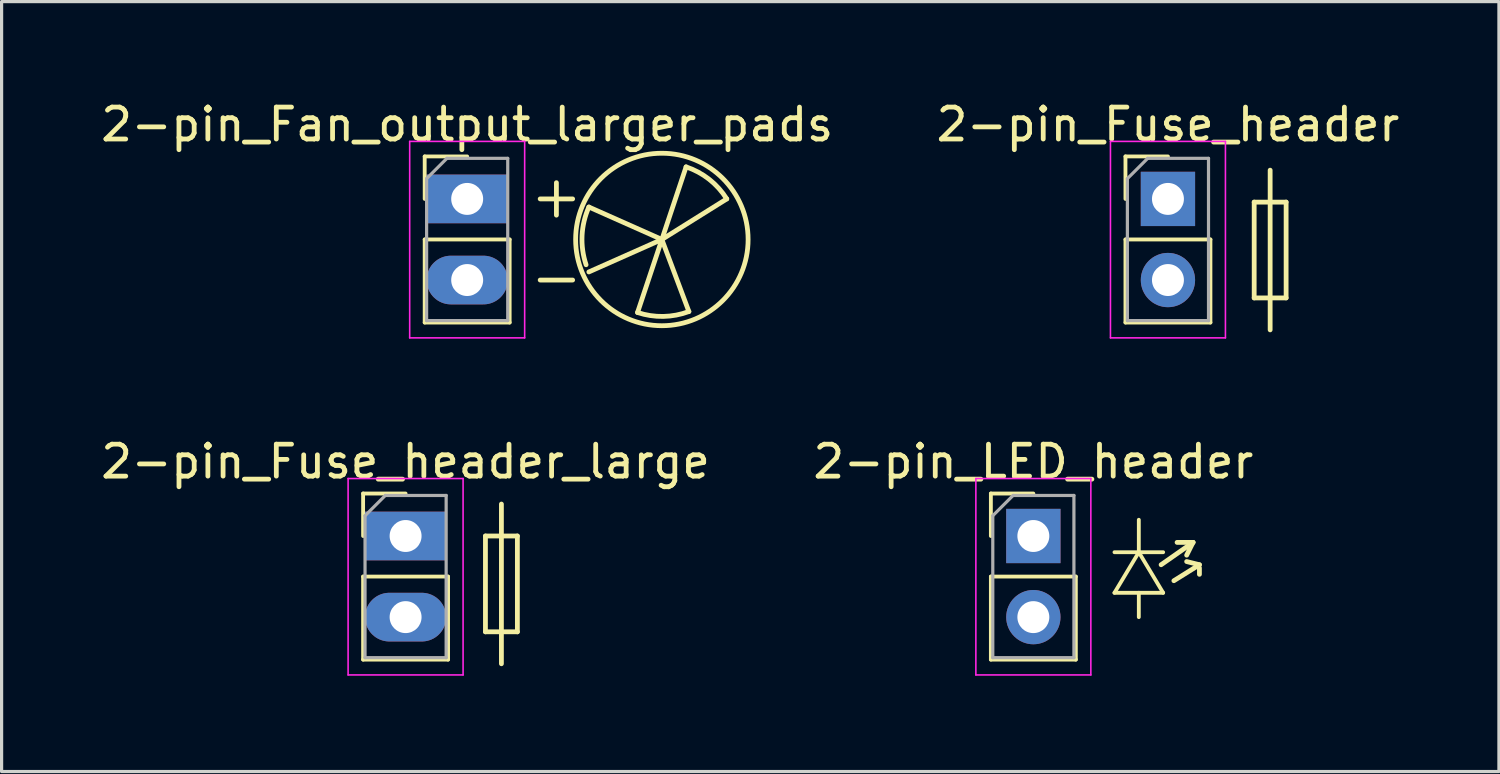
<source format=kicad_pcb>
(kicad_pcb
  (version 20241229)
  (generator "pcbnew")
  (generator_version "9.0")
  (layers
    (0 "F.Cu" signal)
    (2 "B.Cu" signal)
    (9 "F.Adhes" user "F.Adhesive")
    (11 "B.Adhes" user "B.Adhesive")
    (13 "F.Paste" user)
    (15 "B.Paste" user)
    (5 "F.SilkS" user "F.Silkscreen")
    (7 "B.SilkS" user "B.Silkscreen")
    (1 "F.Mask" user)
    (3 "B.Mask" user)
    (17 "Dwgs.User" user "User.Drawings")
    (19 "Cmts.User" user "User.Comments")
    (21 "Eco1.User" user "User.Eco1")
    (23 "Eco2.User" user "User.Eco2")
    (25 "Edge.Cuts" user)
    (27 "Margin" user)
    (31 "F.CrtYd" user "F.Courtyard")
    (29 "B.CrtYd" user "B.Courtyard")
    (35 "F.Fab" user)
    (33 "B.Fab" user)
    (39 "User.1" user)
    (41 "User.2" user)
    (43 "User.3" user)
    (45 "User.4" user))
  (footprint "2-pin_Fan_output_larger_pads"
    (layer "F.Cu")
    (at 11.577 3.178)
    (property "Reference" "2-pin_Fan_output_larger_pads" (at 0 -2.33 0) (layer "F.SilkS") (effects (font (size 1 1) (thickness 0.15))))
    (attr through_hole)
    (fp_line (start -1.33 -1.33) (end 0 -1.33) (stroke (width 0.12) (type solid)) (layer "F.SilkS"))
    (fp_line (start -1.33 0) (end -1.33 -1.33) (stroke (width 0.12) (type solid)) (layer "F.SilkS"))
    (fp_line (start -1.33 1.27) (end -1.33 3.87) (stroke (width 0.12) (type solid)) (layer "F.SilkS"))
    (fp_line (start -1.33 1.27) (end 1.33 1.27) (stroke (width 0.12) (type solid)) (layer "F.SilkS"))
    (fp_line (start -1.33 3.87) (end 1.33 3.87) (stroke (width 0.12) (type solid)) (layer "F.SilkS"))
    (fp_line (start 1.33 1.27) (end 1.33 3.87) (stroke (width 0.12) (type solid)) (layer "F.SilkS"))
    (fp_line (start 2.286 0) (end 3.302 0) (stroke (width 0.15) (type solid)) (layer "F.SilkS"))
    (fp_line (start 2.286 2.54) (end 3.302 2.54) (stroke (width 0.15) (type solid)) (layer "F.SilkS"))
    (fp_line (start 2.794 0.508) (end 2.794 -0.508) (stroke (width 0.15) (type solid)) (layer "F.SilkS"))
    (fp_line (start 6.096 1.27) (end 3.81 2.286) (stroke (width 0.15) (type solid)) (layer "F.SilkS"))
    (fp_line (start 6.096 1.27) (end 3.81 0.254) (stroke (width 0.15) (type solid)) (layer "F.SilkS"))
    (fp_line (start 6.096 1.27) (end 5.334 3.556) (stroke (width 0.15) (type solid)) (layer "F.SilkS"))
    (fp_line (start 6.096 1.27) (end 6.854 -1.003) (stroke (width 0.15) (type solid)) (layer "F.SilkS"))
    (fp_line (start 6.096 1.27) (end 6.942 3.526) (stroke (width 0.15) (type solid)) (layer "F.SilkS"))
    (fp_line (start 6.096 1.27) (end 8.128 0.000001) (stroke (width 0.15) (type solid)) (layer "F.SilkS"))
    (fp_arc (start 3.722766 2.061079) (mid 3.597301 1.149378) (end 3.810001 0.254001) (stroke (width 0.15) (type solid)) (layer "F.SilkS"))
    (fp_arc (start 6.853755 -1.003263) (mid 7.578335 -0.612711) (end 8.127999 0.000001) (stroke (width 0.15) (type solid)) (layer "F.SilkS"))
    (fp_arc (start 6.942087 3.526229) (mid 6.140601 3.679241) (end 5.334001 3.555999) (stroke (width 0.15) (type solid)) (layer "F.SilkS"))
    (fp_circle (center 6.096 1.27) (end 4.064 -0.508) (stroke (width 0.15) (type solid)) (fill no) (layer "F.SilkS"))
    (fp_line (start -1.8 -1.8) (end -1.8 4.35) (stroke (width 0.05) (type solid)) (layer "F.CrtYd"))
    (fp_line (start -1.8 4.35) (end 1.8 4.35) (stroke (width 0.05) (type solid)) (layer "F.CrtYd"))
    (fp_line (start 1.8 -1.8) (end -1.8 -1.8) (stroke (width 0.05) (type solid)) (layer "F.CrtYd"))
    (fp_line (start 1.8 4.35) (end 1.8 -1.8) (stroke (width 0.05) (type solid)) (layer "F.CrtYd"))
    (fp_line (start -1.27 -0.635) (end -0.635 -1.27) (stroke (width 0.1) (type solid)) (layer "F.Fab"))
    (fp_line (start -1.27 3.81) (end -1.27 -0.635) (stroke (width 0.1) (type solid)) (layer "F.Fab"))
    (fp_line (start -0.635 -1.27) (end 1.27 -1.27) (stroke (width 0.1) (type solid)) (layer "F.Fab"))
    (fp_line (start 1.27 -1.27) (end 1.27 3.81) (stroke (width 0.1) (type solid)) (layer "F.Fab"))
    (fp_line (start 1.27 3.81) (end -1.27 3.81) (stroke (width 0.1) (type solid)) (layer "F.Fab"))
    (pad "1" thru_hole rect (at 0 0) (size 2.54 1.524) (drill 1) (layers "*.Cu" "*.Mask"))
    (pad "2" thru_hole oval (at 0 2.54) (size 2.54 1.524) (drill 1) (layers "*.Cu" "*.Mask")))
  (footprint "2-pin_Fuse_header"
    (layer "F.Cu")
    (at 33.518 3.178)
    (property "Reference" "2-pin_Fuse_header" (at 0 -2.33 0) (layer "F.SilkS") (effects (font (size 1 1) (thickness 0.15))))
    (attr through_hole)
    (fp_line (start -1.33 -1.33) (end 0 -1.33) (stroke (width 0.12) (type solid)) (layer "F.SilkS"))
    (fp_line (start -1.33 0) (end -1.33 -1.33) (stroke (width 0.12) (type solid)) (layer "F.SilkS"))
    (fp_line (start -1.33 1.27) (end -1.33 3.87) (stroke (width 0.12) (type solid)) (layer "F.SilkS"))
    (fp_line (start -1.33 1.27) (end 1.33 1.27) (stroke (width 0.12) (type solid)) (layer "F.SilkS"))
    (fp_line (start -1.33 3.87) (end 1.33 3.87) (stroke (width 0.12) (type solid)) (layer "F.SilkS"))
    (fp_line (start 1.33 1.27) (end 1.33 3.87) (stroke (width 0.12) (type solid)) (layer "F.SilkS"))
    (fp_line (start 2.7 0.1) (end 2.7 3.1) (stroke (width 0.15) (type solid)) (layer "F.SilkS"))
    (fp_line (start 2.7 3.1) (end 3.7 3.1) (stroke (width 0.15) (type solid)) (layer "F.SilkS"))
    (fp_line (start 3.2 -0.9) (end 3.2 4.1) (stroke (width 0.15) (type solid)) (layer "F.SilkS"))
    (fp_line (start 3.7 0.1) (end 2.7 0.1) (stroke (width 0.15) (type solid)) (layer "F.SilkS"))
    (fp_line (start 3.7 3.1) (end 3.7 0.1) (stroke (width 0.15) (type solid)) (layer "F.SilkS"))
    (fp_line (start -1.8 -1.8) (end -1.8 4.35) (stroke (width 0.05) (type solid)) (layer "F.CrtYd"))
    (fp_line (start -1.8 4.35) (end 1.8 4.35) (stroke (width 0.05) (type solid)) (layer "F.CrtYd"))
    (fp_line (start 1.8 -1.8) (end -1.8 -1.8) (stroke (width 0.05) (type solid)) (layer "F.CrtYd"))
    (fp_line (start 1.8 4.35) (end 1.8 -1.8) (stroke (width 0.05) (type solid)) (layer "F.CrtYd"))
    (fp_line (start -1.27 -0.635) (end -0.635 -1.27) (stroke (width 0.1) (type solid)) (layer "F.Fab"))
    (fp_line (start -1.27 3.81) (end -1.27 -0.635) (stroke (width 0.1) (type solid)) (layer "F.Fab"))
    (fp_line (start -0.635 -1.27) (end 1.27 -1.27) (stroke (width 0.1) (type solid)) (layer "F.Fab"))
    (fp_line (start 1.27 -1.27) (end 1.27 3.81) (stroke (width 0.1) (type solid)) (layer "F.Fab"))
    (fp_line (start 1.27 3.81) (end -1.27 3.81) (stroke (width 0.1) (type solid)) (layer "F.Fab"))
    (pad "1" thru_hole rect (at 0 0) (size 1.7 1.7) (drill 1) (layers "*.Cu" "*.Mask"))
    (pad "2" thru_hole oval (at 0 2.54) (size 1.7 1.7) (drill 1) (layers "*.Cu" "*.Mask")))
  (footprint "2-pin_Fuse_header_large"
    (layer "F.Cu")
    (at 9.649 13.732)
    (property "Reference" "2-pin_Fuse_header_large" (at 0 -2.33 0) (layer "F.SilkS") (effects (font (size 1 1) (thickness 0.15))))
    (attr through_hole)
    (fp_line (start -1.33 -1.33) (end 0 -1.33) (stroke (width 0.12) (type solid)) (layer "F.SilkS"))
    (fp_line (start -1.33 0) (end -1.33 -1.33) (stroke (width 0.12) (type solid)) (layer "F.SilkS"))
    (fp_line (start -1.33 1.27) (end -1.33 3.87) (stroke (width 0.12) (type solid)) (layer "F.SilkS"))
    (fp_line (start -1.33 1.27) (end 1.33 1.27) (stroke (width 0.12) (type solid)) (layer "F.SilkS"))
    (fp_line (start -1.33 3.87) (end 1.33 3.87) (stroke (width 0.12) (type solid)) (layer "F.SilkS"))
    (fp_line (start 1.33 1.27) (end 1.33 3.87) (stroke (width 0.12) (type solid)) (layer "F.SilkS"))
    (fp_line (start 2.5 0) (end 2.5 3) (stroke (width 0.15) (type solid)) (layer "F.SilkS"))
    (fp_line (start 2.5 3) (end 3.5 3) (stroke (width 0.15) (type solid)) (layer "F.SilkS"))
    (fp_line (start 3 -1) (end 3 4) (stroke (width 0.15) (type solid)) (layer "F.SilkS"))
    (fp_line (start 3.5 0) (end 2.5 0) (stroke (width 0.15) (type solid)) (layer "F.SilkS"))
    (fp_line (start 3.5 3) (end 3.5 0) (stroke (width 0.15) (type solid)) (layer "F.SilkS"))
    (fp_line (start -1.8 -1.8) (end -1.8 4.35) (stroke (width 0.05) (type solid)) (layer "F.CrtYd"))
    (fp_line (start -1.8 4.35) (end 1.8 4.35) (stroke (width 0.05) (type solid)) (layer "F.CrtYd"))
    (fp_line (start 1.8 -1.8) (end -1.8 -1.8) (stroke (width 0.05) (type solid)) (layer "F.CrtYd"))
    (fp_line (start 1.8 4.35) (end 1.8 -1.8) (stroke (width 0.05) (type solid)) (layer "F.CrtYd"))
    (fp_line (start -1.27 -0.635) (end -0.635 -1.27) (stroke (width 0.1) (type solid)) (layer "F.Fab"))
    (fp_line (start -1.27 3.81) (end -1.27 -0.635) (stroke (width 0.1) (type solid)) (layer "F.Fab"))
    (fp_line (start -0.635 -1.27) (end 1.27 -1.27) (stroke (width 0.1) (type solid)) (layer "F.Fab"))
    (fp_line (start 1.27 -1.27) (end 1.27 3.81) (stroke (width 0.1) (type solid)) (layer "F.Fab"))
    (fp_line (start 1.27 3.81) (end -1.27 3.81) (stroke (width 0.1) (type solid)) (layer "F.Fab"))
    (pad "1" thru_hole rect (at 0 0) (size 2.54 1.524) (drill 1) (layers "*.Cu" "*.Mask"))
    (pad "2" thru_hole oval (at 0 2.54) (size 2.54 1.524) (drill 1) (layers "*.Cu" "*.Mask")))
  (footprint "2-pin_LED_header"
    (layer "F.Cu")
    (at 29.304 13.732)
    (property "Reference" "2-pin_LED_header" (at 0 -2.33 0) (layer "F.SilkS") (effects (font (size 1 1) (thickness 0.15))))
    (attr through_hole)
    (fp_line (start -1.33 -1.33) (end 0 -1.33) (stroke (width 0.12) (type solid)) (layer "F.SilkS"))
    (fp_line (start -1.33 0) (end -1.33 -1.33) (stroke (width 0.12) (type solid)) (layer "F.SilkS"))
    (fp_line (start -1.33 1.27) (end -1.33 3.87) (stroke (width 0.12) (type solid)) (layer "F.SilkS"))
    (fp_line (start -1.33 1.27) (end 1.33 1.27) (stroke (width 0.12) (type solid)) (layer "F.SilkS"))
    (fp_line (start -1.33 3.87) (end 1.33 3.87) (stroke (width 0.12) (type solid)) (layer "F.SilkS"))
    (fp_line (start 1.33 1.27) (end 1.33 3.87) (stroke (width 0.12) (type solid)) (layer "F.SilkS"))
    (fp_line (start 2.54 1.778) (end 3.302 0.508) (stroke (width 0.12) (type solid)) (layer "F.SilkS"))
    (fp_line (start 3.302 0.508) (end 3.302 -0.508) (stroke (width 0.12) (type solid)) (layer "F.SilkS"))
    (fp_line (start 3.302 0.508) (end 4.064 1.778) (stroke (width 0.12) (type solid)) (layer "F.SilkS"))
    (fp_line (start 3.302 1.778) (end 3.302 2.54) (stroke (width 0.12) (type solid)) (layer "F.SilkS"))
    (fp_line (start 4 0.9) (end 5 0.2) (stroke (width 0.15) (type solid)) (layer "F.SilkS"))
    (fp_line (start 4.064 0.508) (end 2.54 0.508) (stroke (width 0.12) (type solid)) (layer "F.SilkS"))
    (fp_line (start 4.064 1.778) (end 2.54 1.778) (stroke (width 0.12) (type solid)) (layer "F.SilkS"))
    (fp_line (start 4.4 1.4) (end 5.2 0.9) (stroke (width 0.15) (type solid)) (layer "F.SilkS"))
    (fp_line (start 5 0.2) (end 4.5 0.2) (stroke (width 0.15) (type solid)) (layer "F.SilkS"))
    (fp_line (start 5 0.2) (end 4.8 0.6) (stroke (width 0.15) (type solid)) (layer "F.SilkS"))
    (fp_line (start 5.2 0.9) (end 4.8 0.8) (stroke (width 0.15) (type solid)) (layer "F.SilkS"))
    (fp_line (start 5.2 1) (end 5.2 1.2) (stroke (width 0.15) (type solid)) (layer "F.SilkS"))
    (fp_line (start -1.8 -1.8) (end -1.8 4.35) (stroke (width 0.05) (type solid)) (layer "F.CrtYd"))
    (fp_line (start -1.8 4.35) (end 1.8 4.35) (stroke (width 0.05) (type solid)) (layer "F.CrtYd"))
    (fp_line (start 1.8 -1.8) (end -1.8 -1.8) (stroke (width 0.05) (type solid)) (layer "F.CrtYd"))
    (fp_line (start 1.8 4.35) (end 1.8 -1.8) (stroke (width 0.05) (type solid)) (layer "F.CrtYd"))
    (fp_line (start -1.27 -0.635) (end -0.635 -1.27) (stroke (width 0.1) (type solid)) (layer "F.Fab"))
    (fp_line (start -1.27 3.81) (end -1.27 -0.635) (stroke (width 0.1) (type solid)) (layer "F.Fab"))
    (fp_line (start -0.635 -1.27) (end 1.27 -1.27) (stroke (width 0.1) (type solid)) (layer "F.Fab"))
    (fp_line (start 1.27 -1.27) (end 1.27 3.81) (stroke (width 0.1) (type solid)) (layer "F.Fab"))
    (fp_line (start 1.27 3.81) (end -1.27 3.81) (stroke (width 0.1) (type solid)) (layer "F.Fab"))
    (pad "1" thru_hole rect (at 0 0) (size 1.7 1.7) (drill 1) (layers "*.Cu" "*.Mask"))
    (pad "2" thru_hole oval (at 0 2.54) (size 1.7 1.7) (drill 1) (layers "*.Cu" "*.Mask")))
  (gr_rect
    (start -3 -3)
    (end 43.881 21.107)
    (stroke (width 0.1) (type default))
    (fill no)
    (layer "Edge.Cuts")))
</source>
